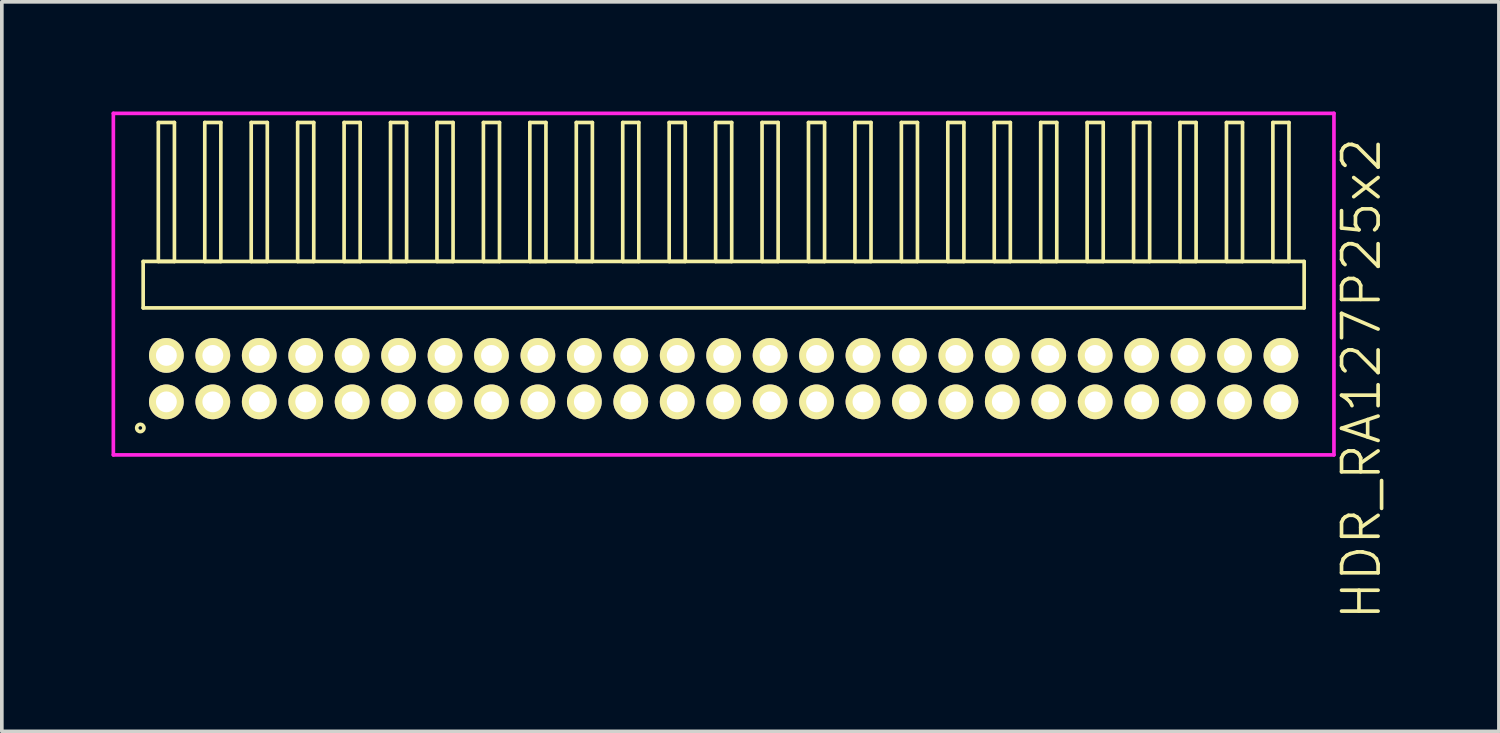
<source format=kicad_pcb>
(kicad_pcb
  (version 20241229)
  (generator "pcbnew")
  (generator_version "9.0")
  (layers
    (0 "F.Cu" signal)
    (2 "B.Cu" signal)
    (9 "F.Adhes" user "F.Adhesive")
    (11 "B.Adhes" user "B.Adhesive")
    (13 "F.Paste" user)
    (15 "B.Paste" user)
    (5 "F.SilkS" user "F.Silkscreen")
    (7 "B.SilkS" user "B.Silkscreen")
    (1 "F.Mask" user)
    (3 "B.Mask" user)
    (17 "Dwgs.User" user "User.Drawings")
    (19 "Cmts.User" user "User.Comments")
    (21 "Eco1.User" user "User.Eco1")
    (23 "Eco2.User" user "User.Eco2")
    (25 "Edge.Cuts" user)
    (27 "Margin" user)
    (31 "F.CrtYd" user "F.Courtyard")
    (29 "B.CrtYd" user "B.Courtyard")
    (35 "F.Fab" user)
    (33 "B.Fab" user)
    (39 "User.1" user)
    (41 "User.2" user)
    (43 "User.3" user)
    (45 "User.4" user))
  (footprint "HDR_RA127P25x2"
    (layer "F.Cu")
    (at 16.74 7.305)
    (property "Reference" "HDR_RA127P25x2" (at 17.44 0 90) (layer "F.SilkS") (effects (font (size 1 1) (thickness 0.1))))
    (attr through_hole)
    (fp_line (start -15.875 -3.205) (end -15.875 -1.935) (stroke (width 0.1) (type solid)) (layer "F.SilkS"))
    (fp_line (start -15.875 -1.935) (end 15.875 -1.935) (stroke (width 0.1) (type solid)) (layer "F.SilkS"))
    (fp_line (start -15.46 -7.005) (end -15.46 -3.205) (stroke (width 0.1) (type solid)) (layer "F.SilkS"))
    (fp_line (start -15.46 -3.205) (end -15.02 -3.205) (stroke (width 0.1) (type solid)) (layer "F.SilkS"))
    (fp_line (start -15.02 -7.005) (end -15.46 -7.005) (stroke (width 0.1) (type solid)) (layer "F.SilkS"))
    (fp_line (start -15.02 -3.205) (end -15.02 -7.005) (stroke (width 0.1) (type solid)) (layer "F.SilkS"))
    (fp_line (start -14.19 -7.005) (end -14.19 -3.205) (stroke (width 0.1) (type solid)) (layer "F.SilkS"))
    (fp_line (start -14.19 -3.205) (end -13.75 -3.205) (stroke (width 0.1) (type solid)) (layer "F.SilkS"))
    (fp_line (start -13.75 -7.005) (end -14.19 -7.005) (stroke (width 0.1) (type solid)) (layer "F.SilkS"))
    (fp_line (start -13.75 -3.205) (end -13.75 -7.005) (stroke (width 0.1) (type solid)) (layer "F.SilkS"))
    (fp_line (start -12.92 -7.005) (end -12.92 -3.205) (stroke (width 0.1) (type solid)) (layer "F.SilkS"))
    (fp_line (start -12.92 -3.205) (end -12.48 -3.205) (stroke (width 0.1) (type solid)) (layer "F.SilkS"))
    (fp_line (start -12.48 -7.005) (end -12.92 -7.005) (stroke (width 0.1) (type solid)) (layer "F.SilkS"))
    (fp_line (start -12.48 -3.205) (end -12.48 -7.005) (stroke (width 0.1) (type solid)) (layer "F.SilkS"))
    (fp_line (start -11.65 -7.005) (end -11.65 -3.205) (stroke (width 0.1) (type solid)) (layer "F.SilkS"))
    (fp_line (start -11.65 -3.205) (end -11.21 -3.205) (stroke (width 0.1) (type solid)) (layer "F.SilkS"))
    (fp_line (start -11.21 -7.005) (end -11.65 -7.005) (stroke (width 0.1) (type solid)) (layer "F.SilkS"))
    (fp_line (start -11.21 -3.205) (end -11.21 -7.005) (stroke (width 0.1) (type solid)) (layer "F.SilkS"))
    (fp_line (start -10.38 -7.005) (end -10.38 -3.205) (stroke (width 0.1) (type solid)) (layer "F.SilkS"))
    (fp_line (start -10.38 -3.205) (end -9.94 -3.205) (stroke (width 0.1) (type solid)) (layer "F.SilkS"))
    (fp_line (start -9.94 -7.005) (end -10.38 -7.005) (stroke (width 0.1) (type solid)) (layer "F.SilkS"))
    (fp_line (start -9.94 -3.205) (end -9.94 -7.005) (stroke (width 0.1) (type solid)) (layer "F.SilkS"))
    (fp_line (start -9.11 -7.005) (end -9.11 -3.205) (stroke (width 0.1) (type solid)) (layer "F.SilkS"))
    (fp_line (start -9.11 -3.205) (end -8.67 -3.205) (stroke (width 0.1) (type solid)) (layer "F.SilkS"))
    (fp_line (start -8.67 -7.005) (end -9.11 -7.005) (stroke (width 0.1) (type solid)) (layer "F.SilkS"))
    (fp_line (start -8.67 -3.205) (end -8.67 -7.005) (stroke (width 0.1) (type solid)) (layer "F.SilkS"))
    (fp_line (start -7.84 -7.005) (end -7.84 -3.205) (stroke (width 0.1) (type solid)) (layer "F.SilkS"))
    (fp_line (start -7.84 -3.205) (end -7.4 -3.205) (stroke (width 0.1) (type solid)) (layer "F.SilkS"))
    (fp_line (start -7.4 -7.005) (end -7.84 -7.005) (stroke (width 0.1) (type solid)) (layer "F.SilkS"))
    (fp_line (start -7.4 -3.205) (end -7.4 -7.005) (stroke (width 0.1) (type solid)) (layer "F.SilkS"))
    (fp_line (start -6.57 -7.005) (end -6.57 -3.205) (stroke (width 0.1) (type solid)) (layer "F.SilkS"))
    (fp_line (start -6.57 -3.205) (end -6.13 -3.205) (stroke (width 0.1) (type solid)) (layer "F.SilkS"))
    (fp_line (start -6.13 -7.005) (end -6.57 -7.005) (stroke (width 0.1) (type solid)) (layer "F.SilkS"))
    (fp_line (start -6.13 -3.205) (end -6.13 -7.005) (stroke (width 0.1) (type solid)) (layer "F.SilkS"))
    (fp_line (start -5.3 -7.005) (end -5.3 -3.205) (stroke (width 0.1) (type solid)) (layer "F.SilkS"))
    (fp_line (start -5.3 -3.205) (end -4.86 -3.205) (stroke (width 0.1) (type solid)) (layer "F.SilkS"))
    (fp_line (start -4.86 -7.005) (end -5.3 -7.005) (stroke (width 0.1) (type solid)) (layer "F.SilkS"))
    (fp_line (start -4.86 -3.205) (end -4.86 -7.005) (stroke (width 0.1) (type solid)) (layer "F.SilkS"))
    (fp_line (start -4.03 -7.005) (end -4.03 -3.205) (stroke (width 0.1) (type solid)) (layer "F.SilkS"))
    (fp_line (start -4.03 -3.205) (end -3.59 -3.205) (stroke (width 0.1) (type solid)) (layer "F.SilkS"))
    (fp_line (start -3.59 -7.005) (end -4.03 -7.005) (stroke (width 0.1) (type solid)) (layer "F.SilkS"))
    (fp_line (start -3.59 -3.205) (end -3.59 -7.005) (stroke (width 0.1) (type solid)) (layer "F.SilkS"))
    (fp_line (start -2.76 -7.005) (end -2.76 -3.205) (stroke (width 0.1) (type solid)) (layer "F.SilkS"))
    (fp_line (start -2.76 -3.205) (end -2.32 -3.205) (stroke (width 0.1) (type solid)) (layer "F.SilkS"))
    (fp_line (start -2.32 -7.005) (end -2.76 -7.005) (stroke (width 0.1) (type solid)) (layer "F.SilkS"))
    (fp_line (start -2.32 -3.205) (end -2.32 -7.005) (stroke (width 0.1) (type solid)) (layer "F.SilkS"))
    (fp_line (start -1.49 -7.005) (end -1.49 -3.205) (stroke (width 0.1) (type solid)) (layer "F.SilkS"))
    (fp_line (start -1.49 -3.205) (end -1.05 -3.205) (stroke (width 0.1) (type solid)) (layer "F.SilkS"))
    (fp_line (start -1.05 -7.005) (end -1.49 -7.005) (stroke (width 0.1) (type solid)) (layer "F.SilkS"))
    (fp_line (start -1.05 -3.205) (end -1.05 -7.005) (stroke (width 0.1) (type solid)) (layer "F.SilkS"))
    (fp_line (start -0.22 -7.005) (end -0.22 -3.205) (stroke (width 0.1) (type solid)) (layer "F.SilkS"))
    (fp_line (start -0.22 -3.205) (end 0.22 -3.205) (stroke (width 0.1) (type solid)) (layer "F.SilkS"))
    (fp_line (start 0.22 -7.005) (end -0.22 -7.005) (stroke (width 0.1) (type solid)) (layer "F.SilkS"))
    (fp_line (start 0.22 -3.205) (end 0.22 -7.005) (stroke (width 0.1) (type solid)) (layer "F.SilkS"))
    (fp_line (start 1.05 -7.005) (end 1.05 -3.205) (stroke (width 0.1) (type solid)) (layer "F.SilkS"))
    (fp_line (start 1.05 -3.205) (end 1.49 -3.205) (stroke (width 0.1) (type solid)) (layer "F.SilkS"))
    (fp_line (start 1.49 -7.005) (end 1.05 -7.005) (stroke (width 0.1) (type solid)) (layer "F.SilkS"))
    (fp_line (start 1.49 -3.205) (end 1.49 -7.005) (stroke (width 0.1) (type solid)) (layer "F.SilkS"))
    (fp_line (start 2.32 -7.005) (end 2.32 -3.205) (stroke (width 0.1) (type solid)) (layer "F.SilkS"))
    (fp_line (start 2.32 -3.205) (end 2.76 -3.205) (stroke (width 0.1) (type solid)) (layer "F.SilkS"))
    (fp_line (start 2.76 -7.005) (end 2.32 -7.005) (stroke (width 0.1) (type solid)) (layer "F.SilkS"))
    (fp_line (start 2.76 -3.205) (end 2.76 -7.005) (stroke (width 0.1) (type solid)) (layer "F.SilkS"))
    (fp_line (start 3.59 -7.005) (end 3.59 -3.205) (stroke (width 0.1) (type solid)) (layer "F.SilkS"))
    (fp_line (start 3.59 -3.205) (end 4.03 -3.205) (stroke (width 0.1) (type solid)) (layer "F.SilkS"))
    (fp_line (start 4.03 -7.005) (end 3.59 -7.005) (stroke (width 0.1) (type solid)) (layer "F.SilkS"))
    (fp_line (start 4.03 -3.205) (end 4.03 -7.005) (stroke (width 0.1) (type solid)) (layer "F.SilkS"))
    (fp_line (start 4.86 -7.005) (end 4.86 -3.205) (stroke (width 0.1) (type solid)) (layer "F.SilkS"))
    (fp_line (start 4.86 -3.205) (end 5.3 -3.205) (stroke (width 0.1) (type solid)) (layer "F.SilkS"))
    (fp_line (start 5.3 -7.005) (end 4.86 -7.005) (stroke (width 0.1) (type solid)) (layer "F.SilkS"))
    (fp_line (start 5.3 -3.205) (end 5.3 -7.005) (stroke (width 0.1) (type solid)) (layer "F.SilkS"))
    (fp_line (start 6.13 -7.005) (end 6.13 -3.205) (stroke (width 0.1) (type solid)) (layer "F.SilkS"))
    (fp_line (start 6.13 -3.205) (end 6.57 -3.205) (stroke (width 0.1) (type solid)) (layer "F.SilkS"))
    (fp_line (start 6.57 -7.005) (end 6.13 -7.005) (stroke (width 0.1) (type solid)) (layer "F.SilkS"))
    (fp_line (start 6.57 -3.205) (end 6.57 -7.005) (stroke (width 0.1) (type solid)) (layer "F.SilkS"))
    (fp_line (start 7.4 -7.005) (end 7.4 -3.205) (stroke (width 0.1) (type solid)) (layer "F.SilkS"))
    (fp_line (start 7.4 -3.205) (end 7.84 -3.205) (stroke (width 0.1) (type solid)) (layer "F.SilkS"))
    (fp_line (start 7.84 -7.005) (end 7.4 -7.005) (stroke (width 0.1) (type solid)) (layer "F.SilkS"))
    (fp_line (start 7.84 -3.205) (end 7.84 -7.005) (stroke (width 0.1) (type solid)) (layer "F.SilkS"))
    (fp_line (start 8.67 -7.005) (end 8.67 -3.205) (stroke (width 0.1) (type solid)) (layer "F.SilkS"))
    (fp_line (start 8.67 -3.205) (end 9.11 -3.205) (stroke (width 0.1) (type solid)) (layer "F.SilkS"))
    (fp_line (start 9.11 -7.005) (end 8.67 -7.005) (stroke (width 0.1) (type solid)) (layer "F.SilkS"))
    (fp_line (start 9.11 -3.205) (end 9.11 -7.005) (stroke (width 0.1) (type solid)) (layer "F.SilkS"))
    (fp_line (start 9.94 -7.005) (end 9.94 -3.205) (stroke (width 0.1) (type solid)) (layer "F.SilkS"))
    (fp_line (start 9.94 -3.205) (end 10.38 -3.205) (stroke (width 0.1) (type solid)) (layer "F.SilkS"))
    (fp_line (start 10.38 -7.005) (end 9.94 -7.005) (stroke (width 0.1) (type solid)) (layer "F.SilkS"))
    (fp_line (start 10.38 -3.205) (end 10.38 -7.005) (stroke (width 0.1) (type solid)) (layer "F.SilkS"))
    (fp_line (start 11.21 -7.005) (end 11.21 -3.205) (stroke (width 0.1) (type solid)) (layer "F.SilkS"))
    (fp_line (start 11.21 -3.205) (end 11.65 -3.205) (stroke (width 0.1) (type solid)) (layer "F.SilkS"))
    (fp_line (start 11.65 -7.005) (end 11.21 -7.005) (stroke (width 0.1) (type solid)) (layer "F.SilkS"))
    (fp_line (start 11.65 -3.205) (end 11.65 -7.005) (stroke (width 0.1) (type solid)) (layer "F.SilkS"))
    (fp_line (start 12.48 -7.005) (end 12.48 -3.205) (stroke (width 0.1) (type solid)) (layer "F.SilkS"))
    (fp_line (start 12.48 -3.205) (end 12.92 -3.205) (stroke (width 0.1) (type solid)) (layer "F.SilkS"))
    (fp_line (start 12.92 -7.005) (end 12.48 -7.005) (stroke (width 0.1) (type solid)) (layer "F.SilkS"))
    (fp_line (start 12.92 -3.205) (end 12.92 -7.005) (stroke (width 0.1) (type solid)) (layer "F.SilkS"))
    (fp_line (start 13.75 -7.005) (end 13.75 -3.205) (stroke (width 0.1) (type solid)) (layer "F.SilkS"))
    (fp_line (start 13.75 -3.205) (end 14.19 -3.205) (stroke (width 0.1) (type solid)) (layer "F.SilkS"))
    (fp_line (start 14.19 -7.005) (end 13.75 -7.005) (stroke (width 0.1) (type solid)) (layer "F.SilkS"))
    (fp_line (start 14.19 -3.205) (end 14.19 -7.005) (stroke (width 0.1) (type solid)) (layer "F.SilkS"))
    (fp_line (start 15.02 -7.005) (end 15.02 -3.205) (stroke (width 0.1) (type solid)) (layer "F.SilkS"))
    (fp_line (start 15.02 -3.205) (end 15.46 -3.205) (stroke (width 0.1) (type solid)) (layer "F.SilkS"))
    (fp_line (start 15.46 -7.005) (end 15.02 -7.005) (stroke (width 0.1) (type solid)) (layer "F.SilkS"))
    (fp_line (start 15.46 -3.205) (end 15.46 -7.005) (stroke (width 0.1) (type solid)) (layer "F.SilkS"))
    (fp_line (start 15.875 -3.205) (end -15.875 -3.205) (stroke (width 0.1) (type solid)) (layer "F.SilkS"))
    (fp_line (start 15.875 -1.935) (end 15.875 -3.205) (stroke (width 0.1) (type solid)) (layer "F.SilkS"))
    (fp_circle (center -15.953 1.348) (end -15.853 1.348) (stroke (width 0.1) (type solid)) (fill no) (layer "F.SilkS"))
    (fp_line (start -16.69 -7.255) (end -16.69 2.085) (stroke (width 0.1) (type solid)) (layer "F.CrtYd"))
    (fp_line (start -16.69 2.085) (end 16.69 2.085) (stroke (width 0.1) (type solid)) (layer "F.CrtYd"))
    (fp_line (start 16.69 -7.255) (end -16.69 -7.255) (stroke (width 0.1) (type solid)) (layer "F.CrtYd"))
    (fp_line (start 16.69 2.085) (end 16.69 -7.255) (stroke (width 0.1) (type solid)) (layer "F.CrtYd"))
    (pad "1" thru_hole oval (at -15.24 0.635) (size 0.95 0.95) (drill 0.57) (layers "*.Cu" "*.Mask" "F.SilkS"))
    (pad "2" thru_hole oval (at -15.24 -0.635) (size 0.95 0.95) (drill 0.57) (layers "*.Cu" "*.Mask" "F.SilkS"))
    (pad "3" thru_hole oval (at -13.97 0.635) (size 0.95 0.95) (drill 0.57) (layers "*.Cu" "*.Mask" "F.SilkS"))
    (pad "4" thru_hole oval (at -13.97 -0.635) (size 0.95 0.95) (drill 0.57) (layers "*.Cu" "*.Mask" "F.SilkS"))
    (pad "5" thru_hole oval (at -12.7 0.635) (size 0.95 0.95) (drill 0.57) (layers "*.Cu" "*.Mask" "F.SilkS"))
    (pad "6" thru_hole oval (at -12.7 -0.635) (size 0.95 0.95) (drill 0.57) (layers "*.Cu" "*.Mask" "F.SilkS"))
    (pad "7" thru_hole oval (at -11.43 0.635) (size 0.95 0.95) (drill 0.57) (layers "*.Cu" "*.Mask" "F.SilkS"))
    (pad "8" thru_hole oval (at -11.43 -0.635) (size 0.95 0.95) (drill 0.57) (layers "*.Cu" "*.Mask" "F.SilkS"))
    (pad "9" thru_hole oval (at -10.16 0.635) (size 0.95 0.95) (drill 0.57) (layers "*.Cu" "*.Mask" "F.SilkS"))
    (pad "10" thru_hole oval (at -10.16 -0.635) (size 0.95 0.95) (drill 0.57) (layers "*.Cu" "*.Mask" "F.SilkS"))
    (pad "11" thru_hole oval (at -8.89 0.635) (size 0.95 0.95) (drill 0.57) (layers "*.Cu" "*.Mask" "F.SilkS"))
    (pad "12" thru_hole oval (at -8.89 -0.635) (size 0.95 0.95) (drill 0.57) (layers "*.Cu" "*.Mask" "F.SilkS"))
    (pad "13" thru_hole oval (at -7.62 0.635) (size 0.95 0.95) (drill 0.57) (layers "*.Cu" "*.Mask" "F.SilkS"))
    (pad "14" thru_hole oval (at -7.62 -0.635) (size 0.95 0.95) (drill 0.57) (layers "*.Cu" "*.Mask" "F.SilkS"))
    (pad "15" thru_hole oval (at -6.35 0.635) (size 0.95 0.95) (drill 0.57) (layers "*.Cu" "*.Mask" "F.SilkS"))
    (pad "16" thru_hole oval (at -6.35 -0.635) (size 0.95 0.95) (drill 0.57) (layers "*.Cu" "*.Mask" "F.SilkS"))
    (pad "17" thru_hole oval (at -5.08 0.635) (size 0.95 0.95) (drill 0.57) (layers "*.Cu" "*.Mask" "F.SilkS"))
    (pad "18" thru_hole oval (at -5.08 -0.635) (size 0.95 0.95) (drill 0.57) (layers "*.Cu" "*.Mask" "F.SilkS"))
    (pad "19" thru_hole oval (at -3.81 0.635) (size 0.95 0.95) (drill 0.57) (layers "*.Cu" "*.Mask" "F.SilkS"))
    (pad "20" thru_hole oval (at -3.81 -0.635) (size 0.95 0.95) (drill 0.57) (layers "*.Cu" "*.Mask" "F.SilkS"))
    (pad "21" thru_hole oval (at -2.54 0.635) (size 0.95 0.95) (drill 0.57) (layers "*.Cu" "*.Mask" "F.SilkS"))
    (pad "22" thru_hole oval (at -2.54 -0.635) (size 0.95 0.95) (drill 0.57) (layers "*.Cu" "*.Mask" "F.SilkS"))
    (pad "23" thru_hole oval (at -1.27 0.635) (size 0.95 0.95) (drill 0.57) (layers "*.Cu" "*.Mask" "F.SilkS"))
    (pad "24" thru_hole oval (at -1.27 -0.635) (size 0.95 0.95) (drill 0.57) (layers "*.Cu" "*.Mask" "F.SilkS"))
    (pad "25" thru_hole oval (at 0 0.635) (size 0.95 0.95) (drill 0.57) (layers "*.Cu" "*.Mask" "F.SilkS"))
    (pad "26" thru_hole oval (at 0 -0.635) (size 0.95 0.95) (drill 0.57) (layers "*.Cu" "*.Mask" "F.SilkS"))
    (pad "27" thru_hole oval (at 1.27 0.635) (size 0.95 0.95) (drill 0.57) (layers "*.Cu" "*.Mask" "F.SilkS"))
    (pad "28" thru_hole oval (at 1.27 -0.635) (size 0.95 0.95) (drill 0.57) (layers "*.Cu" "*.Mask" "F.SilkS"))
    (pad "29" thru_hole oval (at 2.54 0.635) (size 0.95 0.95) (drill 0.57) (layers "*.Cu" "*.Mask" "F.SilkS"))
    (pad "30" thru_hole oval (at 2.54 -0.635) (size 0.95 0.95) (drill 0.57) (layers "*.Cu" "*.Mask" "F.SilkS"))
    (pad "31" thru_hole oval (at 3.81 0.635) (size 0.95 0.95) (drill 0.57) (layers "*.Cu" "*.Mask" "F.SilkS"))
    (pad "32" thru_hole oval (at 3.81 -0.635) (size 0.95 0.95) (drill 0.57) (layers "*.Cu" "*.Mask" "F.SilkS"))
    (pad "33" thru_hole oval (at 5.08 0.635) (size 0.95 0.95) (drill 0.57) (layers "*.Cu" "*.Mask" "F.SilkS"))
    (pad "34" thru_hole oval (at 5.08 -0.635) (size 0.95 0.95) (drill 0.57) (layers "*.Cu" "*.Mask" "F.SilkS"))
    (pad "35" thru_hole oval (at 6.35 0.635) (size 0.95 0.95) (drill 0.57) (layers "*.Cu" "*.Mask" "F.SilkS"))
    (pad "36" thru_hole oval (at 6.35 -0.635) (size 0.95 0.95) (drill 0.57) (layers "*.Cu" "*.Mask" "F.SilkS"))
    (pad "37" thru_hole oval (at 7.62 0.635) (size 0.95 0.95) (drill 0.57) (layers "*.Cu" "*.Mask" "F.SilkS"))
    (pad "38" thru_hole oval (at 7.62 -0.635) (size 0.95 0.95) (drill 0.57) (layers "*.Cu" "*.Mask" "F.SilkS"))
    (pad "39" thru_hole oval (at 8.89 0.635) (size 0.95 0.95) (drill 0.57) (layers "*.Cu" "*.Mask" "F.SilkS"))
    (pad "40" thru_hole oval (at 8.89 -0.635) (size 0.95 0.95) (drill 0.57) (layers "*.Cu" "*.Mask" "F.SilkS"))
    (pad "41" thru_hole oval (at 10.16 0.635) (size 0.95 0.95) (drill 0.57) (layers "*.Cu" "*.Mask" "F.SilkS"))
    (pad "42" thru_hole oval (at 10.16 -0.635) (size 0.95 0.95) (drill 0.57) (layers "*.Cu" "*.Mask" "F.SilkS"))
    (pad "43" thru_hole oval (at 11.43 0.635) (size 0.95 0.95) (drill 0.57) (layers "*.Cu" "*.Mask" "F.SilkS"))
    (pad "44" thru_hole oval (at 11.43 -0.635) (size 0.95 0.95) (drill 0.57) (layers "*.Cu" "*.Mask" "F.SilkS"))
    (pad "45" thru_hole oval (at 12.7 0.635) (size 0.95 0.95) (drill 0.57) (layers "*.Cu" "*.Mask" "F.SilkS"))
    (pad "46" thru_hole oval (at 12.7 -0.635) (size 0.95 0.95) (drill 0.57) (layers "*.Cu" "*.Mask" "F.SilkS"))
    (pad "47" thru_hole oval (at 13.97 0.635) (size 0.95 0.95) (drill 0.57) (layers "*.Cu" "*.Mask" "F.SilkS"))
    (pad "48" thru_hole oval (at 13.97 -0.635) (size 0.95 0.95) (drill 0.57) (layers "*.Cu" "*.Mask" "F.SilkS"))
    (pad "49" thru_hole oval (at 15.24 0.635) (size 0.95 0.95) (drill 0.57) (layers "*.Cu" "*.Mask" "F.SilkS"))
    (pad "50" thru_hole oval (at 15.24 -0.635) (size 0.95 0.95) (drill 0.57) (layers "*.Cu" "*.Mask" "F.SilkS")))
  (gr_rect
    (start -3 -3)
    (end 37.941 16.95)
    (stroke (width 0.1) (type default))
    (fill no)
    (layer "Edge.Cuts")))
</source>
